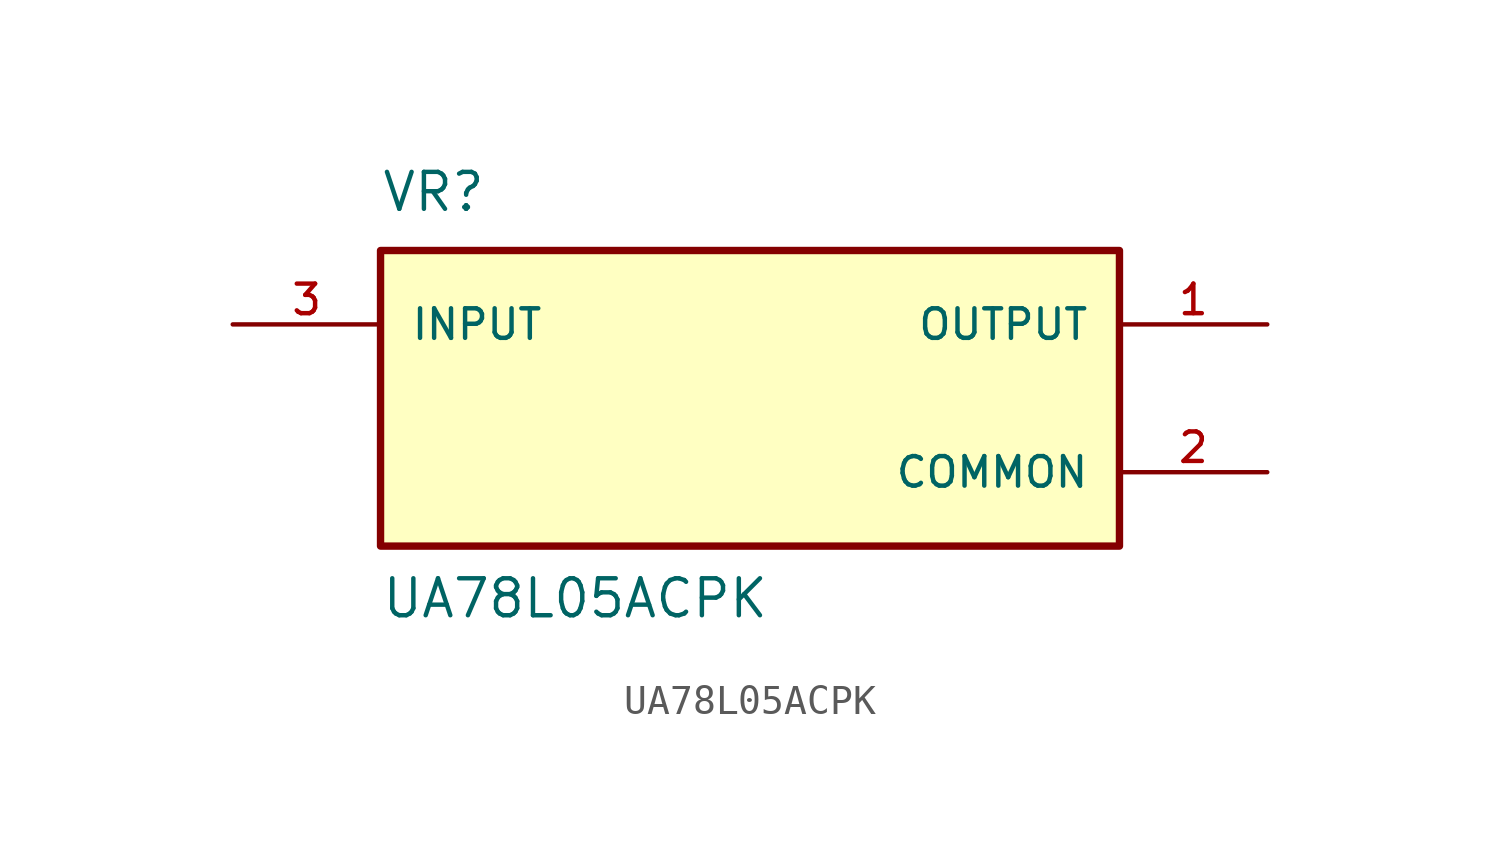
<source format=kicad_sym>
(kicad_symbol_lib
  (version 20211014)
  (generator kicad_symbol_editor)
  (symbol "UA78L05ACPK"
    (pin_names
      (offset 1.016))
    (property "Reference" "VR"
      (at -12.7 6.35 0)
      (effects (font (size 1.27 1.27)) (justify bottom left)))
    (property "Value" "UA78L05ACPK"
      (at -12.7 -7.62 0)
      (effects (font (size 1.27 1.27)) (justify bottom left)))
    (symbol "UA78L05ACPK_0_0"
      (rectangle (start -12.7 -5.08) (end 12.7 5.08) (stroke (width 0.254)) (fill (type background)))
      (pin input line (at -17.78 2.54 0) (length 5.08) (name "INPUT" (effects (font (size 1.016 1.016)))) (number "3" (effects (font (size 1.016 1.016)))))
      (pin power_in line (at 17.78 -2.54 180.0) (length 5.08) (name "COMMON" (effects (font (size 1.016 1.016)))) (number "2" (effects (font (size 1.016 1.016)))))
      (pin output line (at 17.78 2.54 180.0) (length 5.08) (name "OUTPUT" (effects (font (size 1.016 1.016)))) (number "1" (effects (font (size 1.016 1.016))))))))
</source>
